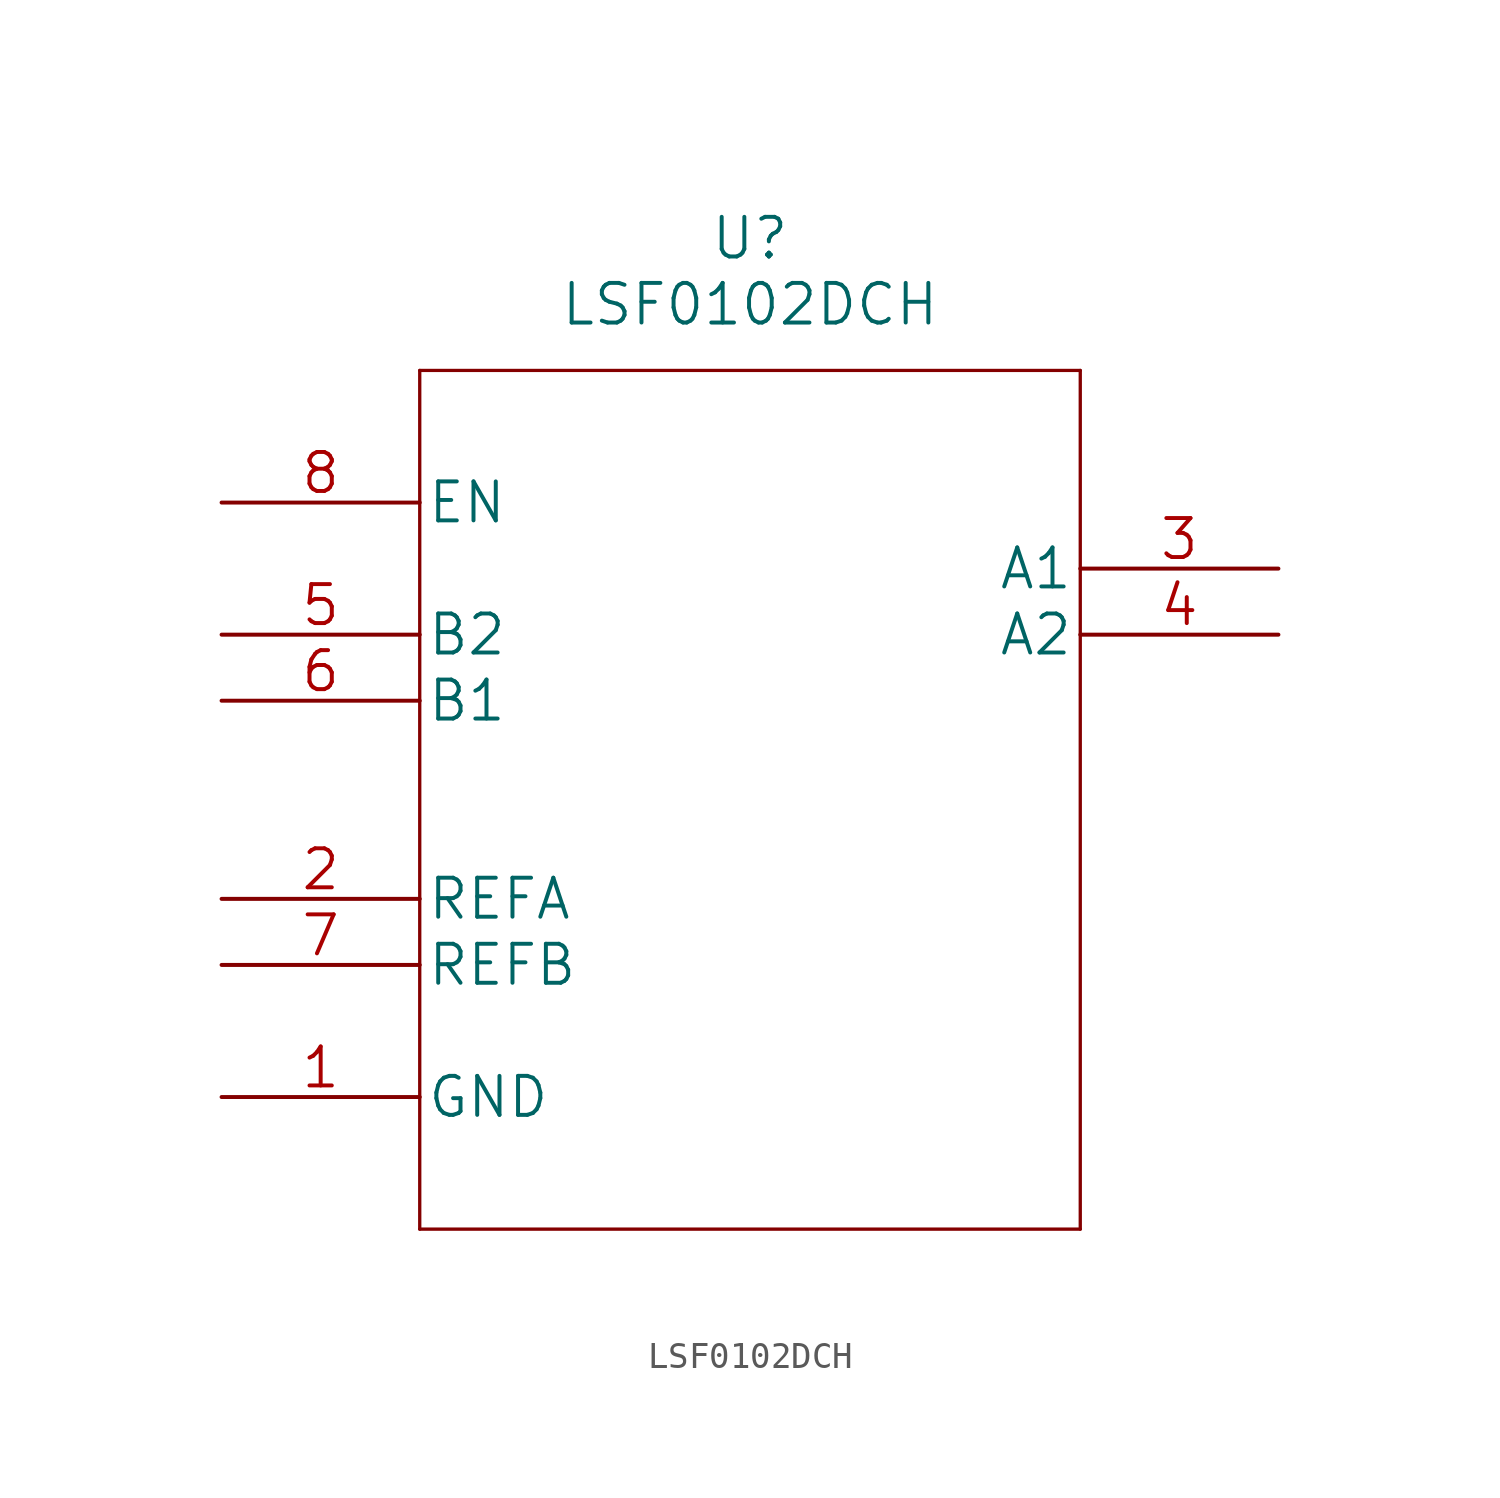
<source format=kicad_sym>
(kicad_symbol_lib
  (version 20211014)
  (generator kicad_symbol_editor)
  (symbol "LSF0102DCH"
    (pin_names
      (offset 0.254))
    (property "Reference" "U"
      (at 20.32 10.16 0)
      (effects (font (size 1.524 1.524))))
    (property "Value" "LSF0102DCH"
      (at 20.32 7.62 0)
      (effects (font (size 1.524 1.524))))
    (property "Datasheet" ""
      (at 0 0 0)
      (effects (font (size 1.524 1.524))))
    (property "ki_locked" ""
      (at 0 0 0)
      (effects (font (size 1.27 1.27))))
    (symbol "LSF0102DCH_1_1"
      (polyline (pts (xy 7.62 -27.94) (xy 33.02 -27.94)) (stroke (width 0.127) (type default) (color 0 0 0 0)) (fill (type none)))
      (polyline (pts (xy 7.62 5.08) (xy 7.62 -27.94)) (stroke (width 0.127) (type default) (color 0 0 0 0)) (fill (type none)))
      (polyline (pts (xy 33.02 -27.94) (xy 33.02 5.08)) (stroke (width 0.127) (type default) (color 0 0 0 0)) (fill (type none)))
      (polyline (pts (xy 33.02 5.08) (xy 7.62 5.08)) (stroke (width 0.127) (type default) (color 0 0 0 0)) (fill (type none)))
      (pin power_in line (at 0 -22.86 0) (length 7.62) (name "GND" (effects (font (size 1.499 1.499)))) (number "1" (effects (font (size 1.499 1.499)))))
      (pin power_in line (at 0 -15.24 0) (length 7.62) (name "REFA" (effects (font (size 1.499 1.499)))) (number "2" (effects (font (size 1.499 1.499)))))
      (pin bidirectional line (at 40.64 -2.54 180) (length 7.62) (name "A1" (effects (font (size 1.499 1.499)))) (number "3" (effects (font (size 1.499 1.499)))))
      (pin bidirectional line (at 40.64 -5.08 180) (length 7.62) (name "A2" (effects (font (size 1.499 1.499)))) (number "4" (effects (font (size 1.499 1.499)))))
      (pin bidirectional line (at 0 -5.08 0) (length 7.62) (name "B2" (effects (font (size 1.499 1.499)))) (number "5" (effects (font (size 1.499 1.499)))))
      (pin bidirectional line (at 0 -7.62 0) (length 7.62) (name "B1" (effects (font (size 1.499 1.499)))) (number "6" (effects (font (size 1.499 1.499)))))
      (pin power_in line (at 0 -17.78 0) (length 7.62) (name "REFB" (effects (font (size 1.499 1.499)))) (number "7" (effects (font (size 1.499 1.499)))))
      (pin input line (at 0 0 0) (length 7.62) (name "EN" (effects (font (size 1.499 1.499)))) (number "8" (effects (font (size 1.499 1.499))))))))
</source>
